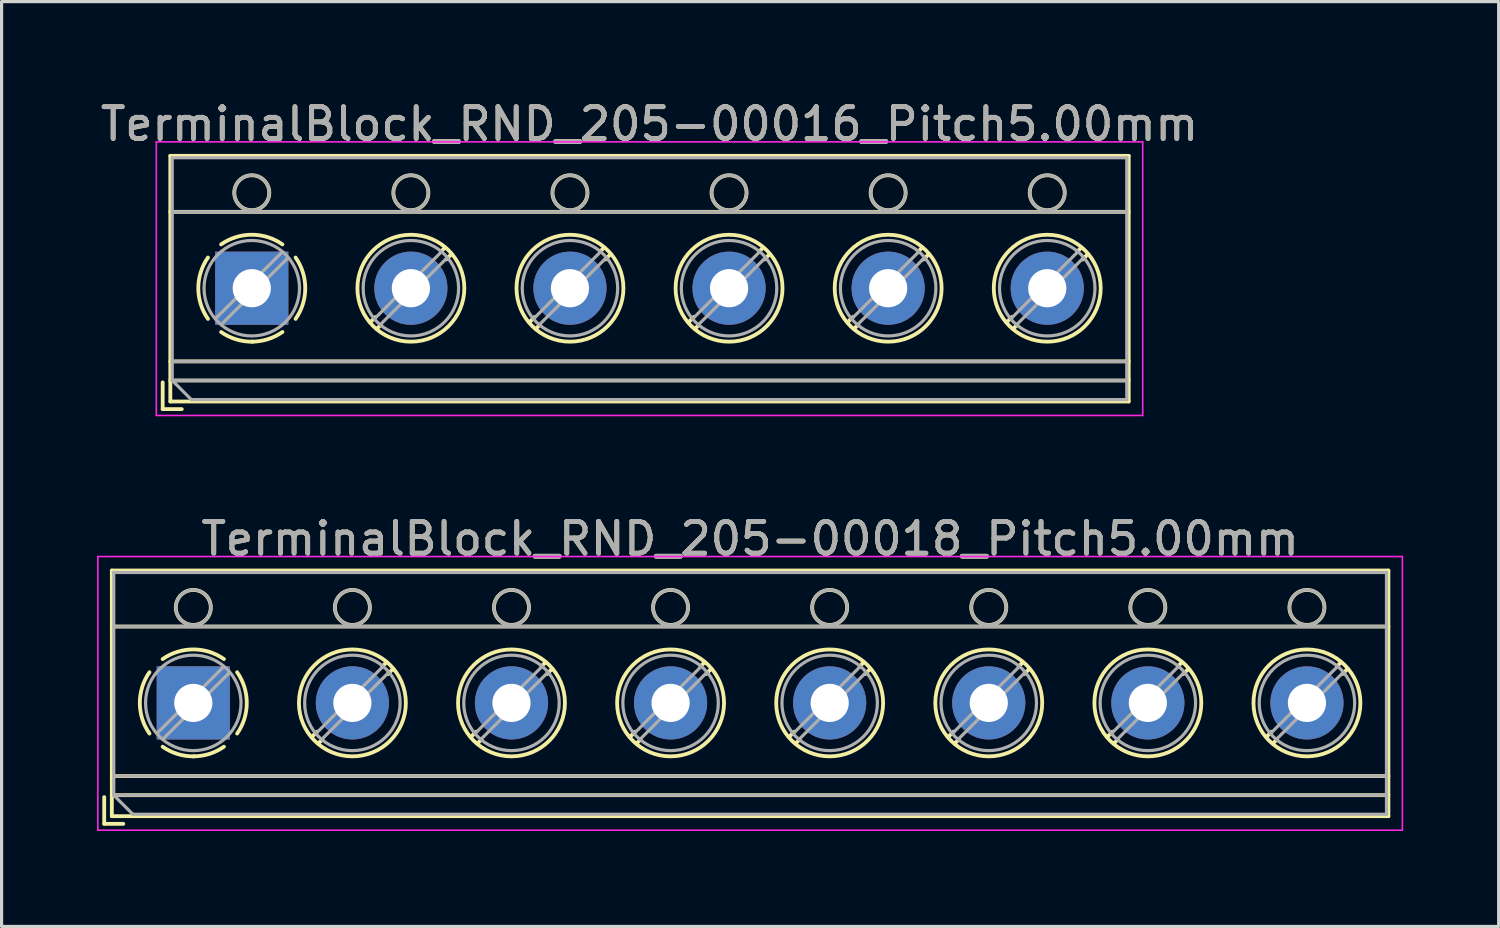
<source format=kicad_pcb>
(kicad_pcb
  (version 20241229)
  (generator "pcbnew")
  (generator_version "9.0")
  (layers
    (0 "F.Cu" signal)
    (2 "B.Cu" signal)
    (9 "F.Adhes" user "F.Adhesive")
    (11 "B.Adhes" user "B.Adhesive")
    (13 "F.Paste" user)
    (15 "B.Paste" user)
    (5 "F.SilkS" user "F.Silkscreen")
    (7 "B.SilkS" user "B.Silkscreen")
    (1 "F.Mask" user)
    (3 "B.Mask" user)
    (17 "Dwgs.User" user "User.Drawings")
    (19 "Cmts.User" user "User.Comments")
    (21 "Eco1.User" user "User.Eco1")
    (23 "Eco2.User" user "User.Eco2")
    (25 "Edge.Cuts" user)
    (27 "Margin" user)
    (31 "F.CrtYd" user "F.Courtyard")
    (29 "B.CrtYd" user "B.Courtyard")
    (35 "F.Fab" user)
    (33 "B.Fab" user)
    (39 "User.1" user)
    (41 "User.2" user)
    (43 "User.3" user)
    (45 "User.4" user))
  (footprint "TerminalBlock_RND_205-00016_Pitch5.00mm"
    (layer "F.Cu")
    (at 4.863 6.008)
    (property "Reference" "TerminalBlock_RND_205-00016_Pitch5.00mm" (at 12.5 -5.16 0) (layer "F.SilkS") (effects (font (size 1 1) (thickness 0.15))))
    (attr through_hole)
    (fp_line (start -2.8 2.96) (end -2.8 3.8) (stroke (width 0.12) (type solid)) (layer "F.SilkS"))
    (fp_line (start -2.8 3.8) (end -2.2 3.8) (stroke (width 0.12) (type solid)) (layer "F.SilkS"))
    (fp_line (start -2.56 -4.16) (end -2.56 3.56) (stroke (width 0.12) (type solid)) (layer "F.SilkS"))
    (fp_line (start -2.56 -2.4) (end 27.56 -2.4) (stroke (width 0.12) (type solid)) (layer "F.SilkS"))
    (fp_line (start -2.56 2.3) (end 27.56 2.3) (stroke (width 0.12) (type solid)) (layer "F.SilkS"))
    (fp_line (start -2.56 2.9) (end 27.56 2.9) (stroke (width 0.12) (type solid)) (layer "F.SilkS"))
    (fp_line (start -2.56 3.56) (end 27.56 3.56) (stroke (width 0.12) (type solid)) (layer "F.SilkS"))
    (fp_line (start 3.89 0.905) (end 3.726 1.069) (stroke (width 0.12) (type solid)) (layer "F.SilkS"))
    (fp_line (start 4.06 1.146) (end 3.931 1.274) (stroke (width 0.12) (type solid)) (layer "F.SilkS"))
    (fp_line (start 6.07 -1.275) (end 5.941 -1.146) (stroke (width 0.12) (type solid)) (layer "F.SilkS"))
    (fp_line (start 6.275 -1.069) (end 6.111 -0.905) (stroke (width 0.12) (type solid)) (layer "F.SilkS"))
    (fp_line (start 8.89 0.905) (end 8.726 1.069) (stroke (width 0.12) (type solid)) (layer "F.SilkS"))
    (fp_line (start 9.06 1.146) (end 8.931 1.274) (stroke (width 0.12) (type solid)) (layer "F.SilkS"))
    (fp_line (start 11.07 -1.275) (end 10.941 -1.146) (stroke (width 0.12) (type solid)) (layer "F.SilkS"))
    (fp_line (start 11.275 -1.069) (end 11.111 -0.905) (stroke (width 0.12) (type solid)) (layer "F.SilkS"))
    (fp_line (start 13.89 0.905) (end 13.726 1.069) (stroke (width 0.12) (type solid)) (layer "F.SilkS"))
    (fp_line (start 14.06 1.146) (end 13.931 1.274) (stroke (width 0.12) (type solid)) (layer "F.SilkS"))
    (fp_line (start 16.07 -1.275) (end 15.941 -1.146) (stroke (width 0.12) (type solid)) (layer "F.SilkS"))
    (fp_line (start 16.275 -1.069) (end 16.111 -0.905) (stroke (width 0.12) (type solid)) (layer "F.SilkS"))
    (fp_line (start 18.89 0.905) (end 18.726 1.069) (stroke (width 0.12) (type solid)) (layer "F.SilkS"))
    (fp_line (start 19.06 1.146) (end 18.931 1.274) (stroke (width 0.12) (type solid)) (layer "F.SilkS"))
    (fp_line (start 21.07 -1.275) (end 20.941 -1.146) (stroke (width 0.12) (type solid)) (layer "F.SilkS"))
    (fp_line (start 21.275 -1.069) (end 21.111 -0.905) (stroke (width 0.12) (type solid)) (layer "F.SilkS"))
    (fp_line (start 23.89 0.905) (end 23.726 1.069) (stroke (width 0.12) (type solid)) (layer "F.SilkS"))
    (fp_line (start 24.06 1.146) (end 23.931 1.274) (stroke (width 0.12) (type solid)) (layer "F.SilkS"))
    (fp_line (start 26.07 -1.275) (end 25.941 -1.146) (stroke (width 0.12) (type solid)) (layer "F.SilkS"))
    (fp_line (start 26.275 -1.069) (end 26.111 -0.905) (stroke (width 0.12) (type solid)) (layer "F.SilkS"))
    (fp_line (start 27.56 -4.16) (end -2.56 -4.16) (stroke (width 0.12) (type solid)) (layer "F.SilkS"))
    (fp_line (start 27.56 3.56) (end 27.56 -4.16) (stroke (width 0.12) (type solid)) (layer "F.SilkS"))
    (fp_arc (start -1.376825 0.964249) (mid -1.6809 0.000152) (end -1.377 -0.964) (stroke (width 0.12) (type solid)) (layer "F.SilkS"))
    (fp_arc (start -0.964249 -1.376825) (mid -0.000152 -1.6809) (end 0.964 -1.377) (stroke (width 0.12) (type solid)) (layer "F.SilkS"))
    (fp_arc (start 0.029488 1.680641) (mid -0.491302 1.607497) (end -0.964 1.377) (stroke (width 0.12) (type solid)) (layer "F.SilkS"))
    (fp_arc (start 0.963608 1.376175) (mid 0.505186 1.602244) (end 0 1.68) (stroke (width 0.12) (type solid)) (layer "F.SilkS"))
    (fp_arc (start 1.376825 -0.964249) (mid 1.6809 -0.000152) (end 1.377 0.964) (stroke (width 0.12) (type solid)) (layer "F.SilkS"))
    (fp_circle (center 0 -3) (end 0.55 -3) (stroke (width 0.12) (type solid)) (fill no) (layer "F.SilkS"))
    (fp_circle (center 5 -3) (end 5.55 -3) (stroke (width 0.12) (type solid)) (fill no) (layer "F.SilkS"))
    (fp_circle (center 5 0) (end 6.68 0) (stroke (width 0.12) (type solid)) (fill no) (layer "F.SilkS"))
    (fp_circle (center 10 -3) (end 10.55 -3) (stroke (width 0.12) (type solid)) (fill no) (layer "F.SilkS"))
    (fp_circle (center 10 0) (end 11.68 0) (stroke (width 0.12) (type solid)) (fill no) (layer "F.SilkS"))
    (fp_circle (center 15 -3) (end 15.55 -3) (stroke (width 0.12) (type solid)) (fill no) (layer "F.SilkS"))
    (fp_circle (center 15 0) (end 16.68 0) (stroke (width 0.12) (type solid)) (fill no) (layer "F.SilkS"))
    (fp_circle (center 20 -3) (end 20.55 -3) (stroke (width 0.12) (type solid)) (fill no) (layer "F.SilkS"))
    (fp_circle (center 20 0) (end 21.68 0) (stroke (width 0.12) (type solid)) (fill no) (layer "F.SilkS"))
    (fp_circle (center 25 -3) (end 25.55 -3) (stroke (width 0.12) (type solid)) (fill no) (layer "F.SilkS"))
    (fp_circle (center 25 0) (end 26.68 0) (stroke (width 0.12) (type solid)) (fill no) (layer "F.SilkS"))
    (fp_line (start -3 -4.6) (end -3 4) (stroke (width 0.05) (type solid)) (layer "F.CrtYd"))
    (fp_line (start -3 4) (end 28 4) (stroke (width 0.05) (type solid)) (layer "F.CrtYd"))
    (fp_line (start 28 -4.6) (end -3 -4.6) (stroke (width 0.05) (type solid)) (layer "F.CrtYd"))
    (fp_line (start 28 4) (end 28 -4.6) (stroke (width 0.05) (type solid)) (layer "F.CrtYd"))
    (fp_line (start -2.5 -4.1) (end 27.5 -4.1) (stroke (width 0.1) (type solid)) (layer "F.Fab"))
    (fp_line (start -2.5 -2.4) (end 27.5 -2.4) (stroke (width 0.1) (type solid)) (layer "F.Fab"))
    (fp_line (start -2.5 2.3) (end 27.5 2.3) (stroke (width 0.1) (type solid)) (layer "F.Fab"))
    (fp_line (start -2.5 2.9) (end -2.5 -4.1) (stroke (width 0.1) (type solid)) (layer "F.Fab"))
    (fp_line (start -2.5 2.9) (end 27.5 2.9) (stroke (width 0.1) (type solid)) (layer "F.Fab"))
    (fp_line (start -1.9 3.5) (end -2.5 2.9) (stroke (width 0.1) (type solid)) (layer "F.Fab"))
    (fp_line (start 0.955 -1.138) (end -1.138 0.955) (stroke (width 0.1) (type solid)) (layer "F.Fab"))
    (fp_line (start 1.138 -0.955) (end -0.955 1.138) (stroke (width 0.1) (type solid)) (layer "F.Fab"))
    (fp_line (start 5.955 -1.138) (end 3.863 0.955) (stroke (width 0.1) (type solid)) (layer "F.Fab"))
    (fp_line (start 6.138 -0.955) (end 4.046 1.138) (stroke (width 0.1) (type solid)) (layer "F.Fab"))
    (fp_line (start 10.955 -1.138) (end 8.863 0.955) (stroke (width 0.1) (type solid)) (layer "F.Fab"))
    (fp_line (start 11.138 -0.955) (end 9.046 1.138) (stroke (width 0.1) (type solid)) (layer "F.Fab"))
    (fp_line (start 15.955 -1.138) (end 13.863 0.955) (stroke (width 0.1) (type solid)) (layer "F.Fab"))
    (fp_line (start 16.138 -0.955) (end 14.046 1.138) (stroke (width 0.1) (type solid)) (layer "F.Fab"))
    (fp_line (start 20.955 -1.138) (end 18.863 0.955) (stroke (width 0.1) (type solid)) (layer "F.Fab"))
    (fp_line (start 21.138 -0.955) (end 19.046 1.138) (stroke (width 0.1) (type solid)) (layer "F.Fab"))
    (fp_line (start 25.955 -1.138) (end 23.863 0.955) (stroke (width 0.1) (type solid)) (layer "F.Fab"))
    (fp_line (start 26.138 -0.955) (end 24.046 1.138) (stroke (width 0.1) (type solid)) (layer "F.Fab"))
    (fp_line (start 27.5 -4.1) (end 27.5 3.5) (stroke (width 0.1) (type solid)) (layer "F.Fab"))
    (fp_line (start 27.5 3.5) (end -1.9 3.5) (stroke (width 0.1) (type solid)) (layer "F.Fab"))
    (fp_circle (center 0 -3) (end 0.55 -3) (stroke (width 0.1) (type solid)) (fill no) (layer "F.Fab"))
    (fp_circle (center 0 0) (end 1.5 0) (stroke (width 0.1) (type solid)) (fill no) (layer "F.Fab"))
    (fp_circle (center 5 -3) (end 5.55 -3) (stroke (width 0.1) (type solid)) (fill no) (layer "F.Fab"))
    (fp_circle (center 5 0) (end 6.5 0) (stroke (width 0.1) (type solid)) (fill no) (layer "F.Fab"))
    (fp_circle (center 10 -3) (end 10.55 -3) (stroke (width 0.1) (type solid)) (fill no) (layer "F.Fab"))
    (fp_circle (center 10 0) (end 11.5 0) (stroke (width 0.1) (type solid)) (fill no) (layer "F.Fab"))
    (fp_circle (center 15 -3) (end 15.55 -3) (stroke (width 0.1) (type solid)) (fill no) (layer "F.Fab"))
    (fp_circle (center 15 0) (end 16.5 0) (stroke (width 0.1) (type solid)) (fill no) (layer "F.Fab"))
    (fp_circle (center 20 -3) (end 20.55 -3) (stroke (width 0.1) (type solid)) (fill no) (layer "F.Fab"))
    (fp_circle (center 20 0) (end 21.5 0) (stroke (width 0.1) (type solid)) (fill no) (layer "F.Fab"))
    (fp_circle (center 25 -3) (end 25.55 -3) (stroke (width 0.1) (type solid)) (fill no) (layer "F.Fab"))
    (fp_circle (center 25 0) (end 26.5 0) (stroke (width 0.1) (type solid)) (fill no) (layer "F.Fab"))
    (fp_text user "${REFERENCE}" (at 12.5 -5.16 0) (layer "F.Fab") (effects (font (size 1 1) (thickness 0.15))))
    (pad "1" thru_hole rect (at 0 0) (size 2.3 2.3) (drill 1.2) (layers "*.Cu" "*.Mask"))
    (pad "2" thru_hole circle (at 5 0) (size 2.3 2.3) (drill 1.2) (layers "*.Cu" "*.Mask"))
    (pad "3" thru_hole circle (at 10 0) (size 2.3 2.3) (drill 1.2) (layers "*.Cu" "*.Mask"))
    (pad "4" thru_hole circle (at 15 0) (size 2.3 2.3) (drill 1.2) (layers "*.Cu" "*.Mask"))
    (pad "5" thru_hole circle (at 20 0) (size 2.3 2.3) (drill 1.2) (layers "*.Cu" "*.Mask"))
    (pad "6" thru_hole circle (at 25 0) (size 2.3 2.3) (drill 1.2) (layers "*.Cu" "*.Mask")))
  (footprint "TerminalBlock_RND_205-00018_Pitch5.00mm"
    (layer "F.Cu")
    (at 3.025 19.041)
    (property "Reference" "TerminalBlock_RND_205-00018_Pitch5.00mm" (at 17.5 -5.16 0) (layer "F.SilkS") (effects (font (size 1 1) (thickness 0.15))))
    (attr through_hole)
    (fp_line (start -2.8 2.96) (end -2.8 3.8) (stroke (width 0.12) (type solid)) (layer "F.SilkS"))
    (fp_line (start -2.8 3.8) (end -2.2 3.8) (stroke (width 0.12) (type solid)) (layer "F.SilkS"))
    (fp_line (start -2.56 -4.16) (end -2.56 3.56) (stroke (width 0.12) (type solid)) (layer "F.SilkS"))
    (fp_line (start -2.56 -2.4) (end 37.56 -2.4) (stroke (width 0.12) (type solid)) (layer "F.SilkS"))
    (fp_line (start -2.56 2.3) (end 37.56 2.3) (stroke (width 0.12) (type solid)) (layer "F.SilkS"))
    (fp_line (start -2.56 2.9) (end 37.56 2.9) (stroke (width 0.12) (type solid)) (layer "F.SilkS"))
    (fp_line (start -2.56 3.56) (end 37.56 3.56) (stroke (width 0.12) (type solid)) (layer "F.SilkS"))
    (fp_line (start 3.89 0.905) (end 3.726 1.069) (stroke (width 0.12) (type solid)) (layer "F.SilkS"))
    (fp_line (start 4.06 1.146) (end 3.931 1.274) (stroke (width 0.12) (type solid)) (layer "F.SilkS"))
    (fp_line (start 6.07 -1.275) (end 5.941 -1.146) (stroke (width 0.12) (type solid)) (layer "F.SilkS"))
    (fp_line (start 6.275 -1.069) (end 6.111 -0.905) (stroke (width 0.12) (type solid)) (layer "F.SilkS"))
    (fp_line (start 8.89 0.905) (end 8.726 1.069) (stroke (width 0.12) (type solid)) (layer "F.SilkS"))
    (fp_line (start 9.06 1.146) (end 8.931 1.274) (stroke (width 0.12) (type solid)) (layer "F.SilkS"))
    (fp_line (start 11.07 -1.275) (end 10.941 -1.146) (stroke (width 0.12) (type solid)) (layer "F.SilkS"))
    (fp_line (start 11.275 -1.069) (end 11.111 -0.905) (stroke (width 0.12) (type solid)) (layer "F.SilkS"))
    (fp_line (start 13.89 0.905) (end 13.726 1.069) (stroke (width 0.12) (type solid)) (layer "F.SilkS"))
    (fp_line (start 14.06 1.146) (end 13.931 1.274) (stroke (width 0.12) (type solid)) (layer "F.SilkS"))
    (fp_line (start 16.07 -1.275) (end 15.941 -1.146) (stroke (width 0.12) (type solid)) (layer "F.SilkS"))
    (fp_line (start 16.275 -1.069) (end 16.111 -0.905) (stroke (width 0.12) (type solid)) (layer "F.SilkS"))
    (fp_line (start 18.89 0.905) (end 18.726 1.069) (stroke (width 0.12) (type solid)) (layer "F.SilkS"))
    (fp_line (start 19.06 1.146) (end 18.931 1.274) (stroke (width 0.12) (type solid)) (layer "F.SilkS"))
    (fp_line (start 21.07 -1.275) (end 20.941 -1.146) (stroke (width 0.12) (type solid)) (layer "F.SilkS"))
    (fp_line (start 21.275 -1.069) (end 21.111 -0.905) (stroke (width 0.12) (type solid)) (layer "F.SilkS"))
    (fp_line (start 23.89 0.905) (end 23.726 1.069) (stroke (width 0.12) (type solid)) (layer "F.SilkS"))
    (fp_line (start 24.06 1.146) (end 23.931 1.274) (stroke (width 0.12) (type solid)) (layer "F.SilkS"))
    (fp_line (start 26.07 -1.275) (end 25.941 -1.146) (stroke (width 0.12) (type solid)) (layer "F.SilkS"))
    (fp_line (start 26.275 -1.069) (end 26.111 -0.905) (stroke (width 0.12) (type solid)) (layer "F.SilkS"))
    (fp_line (start 28.89 0.905) (end 28.726 1.069) (stroke (width 0.12) (type solid)) (layer "F.SilkS"))
    (fp_line (start 29.06 1.146) (end 28.931 1.274) (stroke (width 0.12) (type solid)) (layer "F.SilkS"))
    (fp_line (start 31.07 -1.275) (end 30.941 -1.146) (stroke (width 0.12) (type solid)) (layer "F.SilkS"))
    (fp_line (start 31.275 -1.069) (end 31.111 -0.905) (stroke (width 0.12) (type solid)) (layer "F.SilkS"))
    (fp_line (start 33.89 0.905) (end 33.726 1.069) (stroke (width 0.12) (type solid)) (layer "F.SilkS"))
    (fp_line (start 34.06 1.146) (end 33.931 1.274) (stroke (width 0.12) (type solid)) (layer "F.SilkS"))
    (fp_line (start 36.07 -1.275) (end 35.941 -1.146) (stroke (width 0.12) (type solid)) (layer "F.SilkS"))
    (fp_line (start 36.275 -1.069) (end 36.111 -0.905) (stroke (width 0.12) (type solid)) (layer "F.SilkS"))
    (fp_line (start 37.56 -4.16) (end -2.56 -4.16) (stroke (width 0.12) (type solid)) (layer "F.SilkS"))
    (fp_line (start 37.56 3.56) (end 37.56 -4.16) (stroke (width 0.12) (type solid)) (layer "F.SilkS"))
    (fp_arc (start -1.376825 0.964249) (mid -1.6809 0.000152) (end -1.377 -0.964) (stroke (width 0.12) (type solid)) (layer "F.SilkS"))
    (fp_arc (start -0.964249 -1.376825) (mid -0.000152 -1.6809) (end 0.964 -1.377) (stroke (width 0.12) (type solid)) (layer "F.SilkS"))
    (fp_arc (start 0.029488 1.680641) (mid -0.491302 1.607497) (end -0.964 1.377) (stroke (width 0.12) (type solid)) (layer "F.SilkS"))
    (fp_arc (start 0.963608 1.376175) (mid 0.505186 1.602244) (end 0 1.68) (stroke (width 0.12) (type solid)) (layer "F.SilkS"))
    (fp_arc (start 1.376825 -0.964249) (mid 1.6809 -0.000152) (end 1.377 0.964) (stroke (width 0.12) (type solid)) (layer "F.SilkS"))
    (fp_circle (center 0 -3) (end 0.55 -3) (stroke (width 0.12) (type solid)) (fill no) (layer "F.SilkS"))
    (fp_circle (center 5 -3) (end 5.55 -3) (stroke (width 0.12) (type solid)) (fill no) (layer "F.SilkS"))
    (fp_circle (center 5 0) (end 6.68 0) (stroke (width 0.12) (type solid)) (fill no) (layer "F.SilkS"))
    (fp_circle (center 10 -3) (end 10.55 -3) (stroke (width 0.12) (type solid)) (fill no) (layer "F.SilkS"))
    (fp_circle (center 10 0) (end 11.68 0) (stroke (width 0.12) (type solid)) (fill no) (layer "F.SilkS"))
    (fp_circle (center 15 -3) (end 15.55 -3) (stroke (width 0.12) (type solid)) (fill no) (layer "F.SilkS"))
    (fp_circle (center 15 0) (end 16.68 0) (stroke (width 0.12) (type solid)) (fill no) (layer "F.SilkS"))
    (fp_circle (center 20 -3) (end 20.55 -3) (stroke (width 0.12) (type solid)) (fill no) (layer "F.SilkS"))
    (fp_circle (center 20 0) (end 21.68 0) (stroke (width 0.12) (type solid)) (fill no) (layer "F.SilkS"))
    (fp_circle (center 25 -3) (end 25.55 -3) (stroke (width 0.12) (type solid)) (fill no) (layer "F.SilkS"))
    (fp_circle (center 25 0) (end 26.68 0) (stroke (width 0.12) (type solid)) (fill no) (layer "F.SilkS"))
    (fp_circle (center 30 -3) (end 30.55 -3) (stroke (width 0.12) (type solid)) (fill no) (layer "F.SilkS"))
    (fp_circle (center 30 0) (end 31.68 0) (stroke (width 0.12) (type solid)) (fill no) (layer "F.SilkS"))
    (fp_circle (center 35 -3) (end 35.55 -3) (stroke (width 0.12) (type solid)) (fill no) (layer "F.SilkS"))
    (fp_circle (center 35 0) (end 36.68 0) (stroke (width 0.12) (type solid)) (fill no) (layer "F.SilkS"))
    (fp_line (start -3 -4.6) (end -3 4) (stroke (width 0.05) (type solid)) (layer "F.CrtYd"))
    (fp_line (start -3 4) (end 38 4) (stroke (width 0.05) (type solid)) (layer "F.CrtYd"))
    (fp_line (start 38 -4.6) (end -3 -4.6) (stroke (width 0.05) (type solid)) (layer "F.CrtYd"))
    (fp_line (start 38 4) (end 38 -4.6) (stroke (width 0.05) (type solid)) (layer "F.CrtYd"))
    (fp_line (start -2.5 -4.1) (end 37.5 -4.1) (stroke (width 0.1) (type solid)) (layer "F.Fab"))
    (fp_line (start -2.5 -2.4) (end 37.5 -2.4) (stroke (width 0.1) (type solid)) (layer "F.Fab"))
    (fp_line (start -2.5 2.3) (end 37.5 2.3) (stroke (width 0.1) (type solid)) (layer "F.Fab"))
    (fp_line (start -2.5 2.9) (end -2.5 -4.1) (stroke (width 0.1) (type solid)) (layer "F.Fab"))
    (fp_line (start -2.5 2.9) (end 37.5 2.9) (stroke (width 0.1) (type solid)) (layer "F.Fab"))
    (fp_line (start -1.9 3.5) (end -2.5 2.9) (stroke (width 0.1) (type solid)) (layer "F.Fab"))
    (fp_line (start 0.955 -1.138) (end -1.138 0.955) (stroke (width 0.1) (type solid)) (layer "F.Fab"))
    (fp_line (start 1.138 -0.955) (end -0.955 1.138) (stroke (width 0.1) (type solid)) (layer "F.Fab"))
    (fp_line (start 5.955 -1.138) (end 3.863 0.955) (stroke (width 0.1) (type solid)) (layer "F.Fab"))
    (fp_line (start 6.138 -0.955) (end 4.046 1.138) (stroke (width 0.1) (type solid)) (layer "F.Fab"))
    (fp_line (start 10.955 -1.138) (end 8.863 0.955) (stroke (width 0.1) (type solid)) (layer "F.Fab"))
    (fp_line (start 11.138 -0.955) (end 9.046 1.138) (stroke (width 0.1) (type solid)) (layer "F.Fab"))
    (fp_line (start 15.955 -1.138) (end 13.863 0.955) (stroke (width 0.1) (type solid)) (layer "F.Fab"))
    (fp_line (start 16.138 -0.955) (end 14.046 1.138) (stroke (width 0.1) (type solid)) (layer "F.Fab"))
    (fp_line (start 20.955 -1.138) (end 18.863 0.955) (stroke (width 0.1) (type solid)) (layer "F.Fab"))
    (fp_line (start 21.138 -0.955) (end 19.046 1.138) (stroke (width 0.1) (type solid)) (layer "F.Fab"))
    (fp_line (start 25.955 -1.138) (end 23.863 0.955) (stroke (width 0.1) (type solid)) (layer "F.Fab"))
    (fp_line (start 26.138 -0.955) (end 24.046 1.138) (stroke (width 0.1) (type solid)) (layer "F.Fab"))
    (fp_line (start 30.955 -1.138) (end 28.863 0.955) (stroke (width 0.1) (type solid)) (layer "F.Fab"))
    (fp_line (start 31.138 -0.955) (end 29.046 1.138) (stroke (width 0.1) (type solid)) (layer "F.Fab"))
    (fp_line (start 35.955 -1.138) (end 33.863 0.955) (stroke (width 0.1) (type solid)) (layer "F.Fab"))
    (fp_line (start 36.138 -0.955) (end 34.046 1.138) (stroke (width 0.1) (type solid)) (layer "F.Fab"))
    (fp_line (start 37.5 -4.1) (end 37.5 3.5) (stroke (width 0.1) (type solid)) (layer "F.Fab"))
    (fp_line (start 37.5 3.5) (end -1.9 3.5) (stroke (width 0.1) (type solid)) (layer "F.Fab"))
    (fp_circle (center 0 -3) (end 0.55 -3) (stroke (width 0.1) (type solid)) (fill no) (layer "F.Fab"))
    (fp_circle (center 0 0) (end 1.5 0) (stroke (width 0.1) (type solid)) (fill no) (layer "F.Fab"))
    (fp_circle (center 5 -3) (end 5.55 -3) (stroke (width 0.1) (type solid)) (fill no) (layer "F.Fab"))
    (fp_circle (center 5 0) (end 6.5 0) (stroke (width 0.1) (type solid)) (fill no) (layer "F.Fab"))
    (fp_circle (center 10 -3) (end 10.55 -3) (stroke (width 0.1) (type solid)) (fill no) (layer "F.Fab"))
    (fp_circle (center 10 0) (end 11.5 0) (stroke (width 0.1) (type solid)) (fill no) (layer "F.Fab"))
    (fp_circle (center 15 -3) (end 15.55 -3) (stroke (width 0.1) (type solid)) (fill no) (layer "F.Fab"))
    (fp_circle (center 15 0) (end 16.5 0) (stroke (width 0.1) (type solid)) (fill no) (layer "F.Fab"))
    (fp_circle (center 20 -3) (end 20.55 -3) (stroke (width 0.1) (type solid)) (fill no) (layer "F.Fab"))
    (fp_circle (center 20 0) (end 21.5 0) (stroke (width 0.1) (type solid)) (fill no) (layer "F.Fab"))
    (fp_circle (center 25 -3) (end 25.55 -3) (stroke (width 0.1) (type solid)) (fill no) (layer "F.Fab"))
    (fp_circle (center 25 0) (end 26.5 0) (stroke (width 0.1) (type solid)) (fill no) (layer "F.Fab"))
    (fp_circle (center 30 -3) (end 30.55 -3) (stroke (width 0.1) (type solid)) (fill no) (layer "F.Fab"))
    (fp_circle (center 30 0) (end 31.5 0) (stroke (width 0.1) (type solid)) (fill no) (layer "F.Fab"))
    (fp_circle (center 35 -3) (end 35.55 -3) (stroke (width 0.1) (type solid)) (fill no) (layer "F.Fab"))
    (fp_circle (center 35 0) (end 36.5 0) (stroke (width 0.1) (type solid)) (fill no) (layer "F.Fab"))
    (fp_text user "${REFERENCE}" (at 17.5 -5.16 0) (layer "F.Fab") (effects (font (size 1 1) (thickness 0.15))))
    (pad "1" thru_hole rect (at 0 0) (size 2.3 2.3) (drill 1.2) (layers "*.Cu" "*.Mask"))
    (pad "2" thru_hole circle (at 5 0) (size 2.3 2.3) (drill 1.2) (layers "*.Cu" "*.Mask"))
    (pad "3" thru_hole circle (at 10 0) (size 2.3 2.3) (drill 1.2) (layers "*.Cu" "*.Mask"))
    (pad "4" thru_hole circle (at 15 0) (size 2.3 2.3) (drill 1.2) (layers "*.Cu" "*.Mask"))
    (pad "5" thru_hole circle (at 20 0) (size 2.3 2.3) (drill 1.2) (layers "*.Cu" "*.Mask"))
    (pad "6" thru_hole circle (at 25 0) (size 2.3 2.3) (drill 1.2) (layers "*.Cu" "*.Mask"))
    (pad "7" thru_hole circle (at 30 0) (size 2.3 2.3) (drill 1.2) (layers "*.Cu" "*.Mask"))
    (pad "8" thru_hole circle (at 35 0) (size 2.3 2.3) (drill 1.2) (layers "*.Cu" "*.Mask")))
  (gr_rect
    (start -3 -3)
    (end 44.05 26.067)
    (stroke (width 0.1) (type default))
    (fill no)
    (layer "Edge.Cuts")))
</source>
